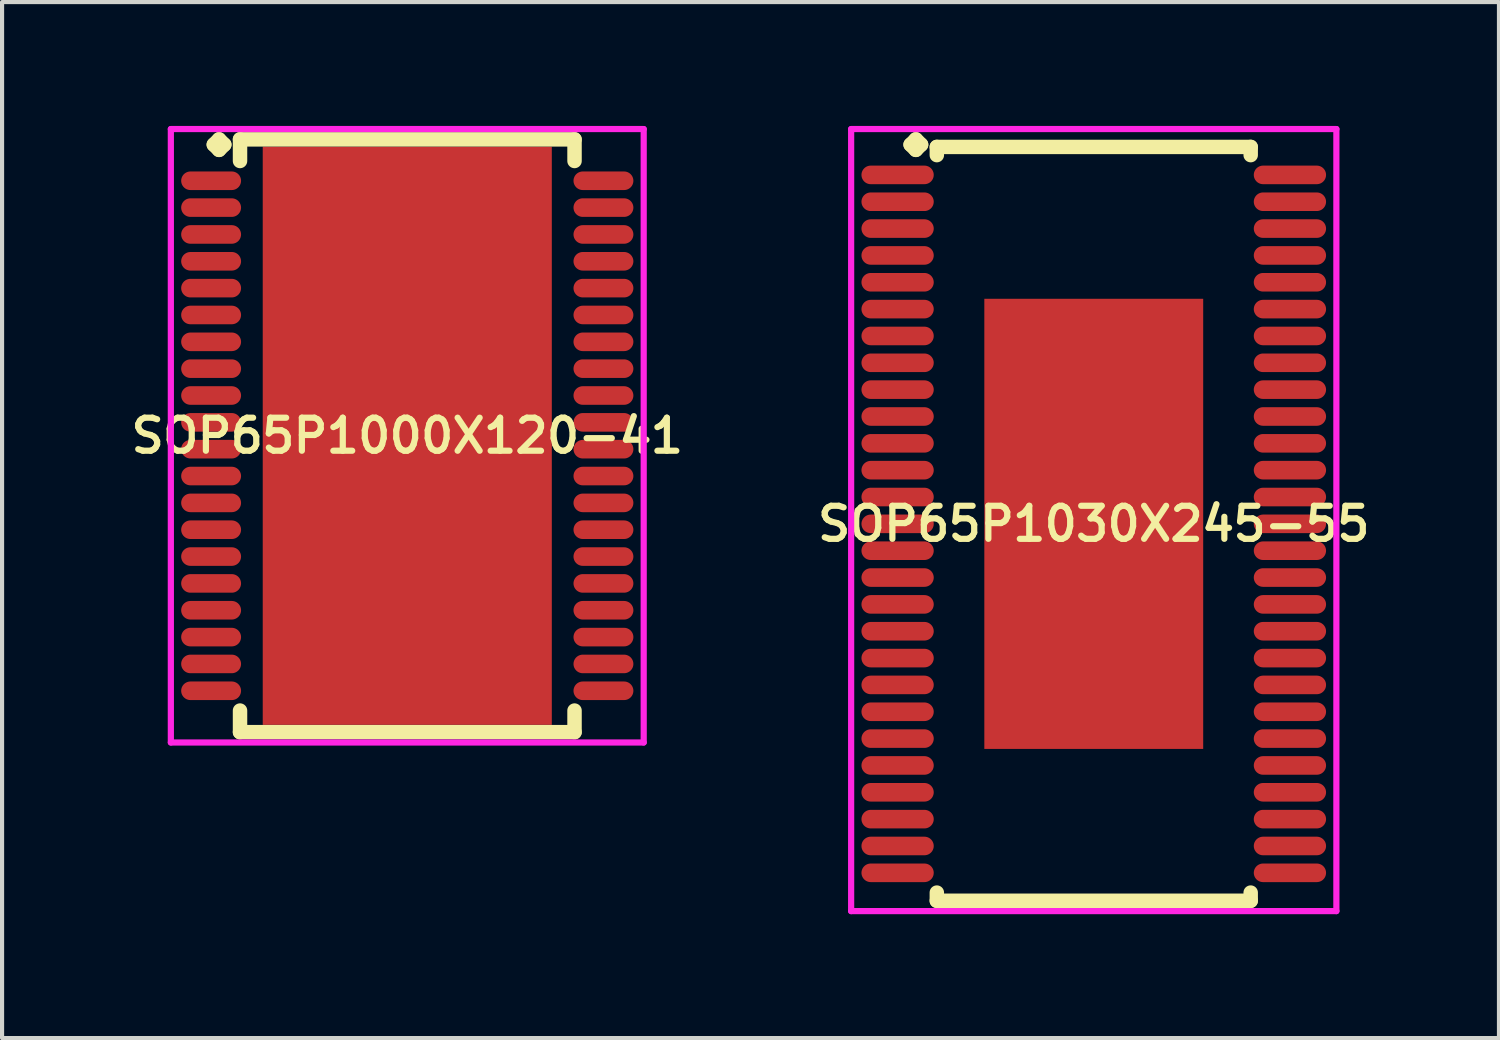
<source format=kicad_pcb>
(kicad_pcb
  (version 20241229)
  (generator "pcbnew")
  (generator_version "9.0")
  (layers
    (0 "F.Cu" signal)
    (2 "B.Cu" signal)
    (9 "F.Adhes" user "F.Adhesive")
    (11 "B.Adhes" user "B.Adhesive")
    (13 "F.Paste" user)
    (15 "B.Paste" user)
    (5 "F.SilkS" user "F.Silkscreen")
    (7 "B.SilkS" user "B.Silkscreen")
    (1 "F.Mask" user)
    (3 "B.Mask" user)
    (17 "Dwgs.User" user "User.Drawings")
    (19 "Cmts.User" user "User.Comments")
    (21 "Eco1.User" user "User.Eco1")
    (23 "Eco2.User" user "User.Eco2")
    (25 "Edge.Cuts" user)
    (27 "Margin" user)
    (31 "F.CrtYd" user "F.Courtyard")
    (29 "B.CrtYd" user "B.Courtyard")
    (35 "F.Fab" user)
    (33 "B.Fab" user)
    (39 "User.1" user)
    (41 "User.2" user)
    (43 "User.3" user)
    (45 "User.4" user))
  (footprint "SOP65P1000X120-41"
    (layer "F.Cu")
    (at 6.812 7.502)
    (property "Reference" "SOP65P1000X120-41" (at 0 0 0) (layer "F.SilkS") (effects (font (size 0.8 0.8) (thickness 0.15))))
    (attr smd)
    (fp_line (start -4.685 -7.05) (end -4.558 -7.177) (stroke (width 0.35) (type solid)) (layer "F.SilkS"))
    (fp_line (start -4.558 -7.177) (end -4.431 -7.05) (stroke (width 0.35) (type solid)) (layer "F.SilkS"))
    (fp_line (start -4.558 -6.923) (end -4.685 -7.05) (stroke (width 0.35) (type solid)) (layer "F.SilkS"))
    (fp_line (start -4.431 -7.05) (end -4.558 -6.923) (stroke (width 0.35) (type solid)) (layer "F.SilkS"))
    (fp_line (start -4.05 -7.177) (end 4.05 -7.177) (stroke (width 0.35) (type solid)) (layer "F.SilkS"))
    (fp_line (start -4.05 -6.654) (end -4.05 -7.177) (stroke (width 0.35) (type solid)) (layer "F.SilkS"))
    (fp_line (start -4.05 6.654) (end -4.05 7.177) (stroke (width 0.35) (type solid)) (layer "F.SilkS"))
    (fp_line (start -4.05 7.177) (end 4.05 7.177) (stroke (width 0.35) (type solid)) (layer "F.SilkS"))
    (fp_line (start 4.05 -7.177) (end 4.05 -6.654) (stroke (width 0.35) (type solid)) (layer "F.SilkS"))
    (fp_line (start 4.05 7.177) (end 4.05 6.654) (stroke (width 0.35) (type solid)) (layer "F.SilkS"))
    (fp_line (start -5.725 -7.427) (end 5.725 -7.427) (stroke (width 0.15) (type solid)) (layer "F.CrtYd"))
    (fp_line (start -5.725 7.427) (end -5.725 -7.427) (stroke (width 0.15) (type solid)) (layer "F.CrtYd"))
    (fp_line (start 5.725 -7.427) (end 5.725 7.427) (stroke (width 0.15) (type solid)) (layer "F.CrtYd"))
    (fp_line (start 5.725 7.427) (end -5.725 7.427) (stroke (width 0.15) (type solid)) (layer "F.CrtYd"))
    (pad "1" smd oval (at -4.75 -6.175) (size 1.45 0.45) (layers "F.Cu" "F.Mask" "F.Paste"))
    (pad "2" smd oval (at -4.75 -5.525) (size 1.45 0.45) (layers "F.Cu" "F.Mask" "F.Paste"))
    (pad "3" smd oval (at -4.75 -4.875) (size 1.45 0.45) (layers "F.Cu" "F.Mask" "F.Paste"))
    (pad "4" smd oval (at -4.75 -4.225) (size 1.45 0.45) (layers "F.Cu" "F.Mask" "F.Paste"))
    (pad "5" smd oval (at -4.75 -3.575) (size 1.45 0.45) (layers "F.Cu" "F.Mask" "F.Paste"))
    (pad "6" smd oval (at -4.75 -2.925) (size 1.45 0.45) (layers "F.Cu" "F.Mask" "F.Paste"))
    (pad "7" smd oval (at -4.75 -2.275) (size 1.45 0.45) (layers "F.Cu" "F.Mask" "F.Paste"))
    (pad "8" smd oval (at -4.75 -1.625) (size 1.45 0.45) (layers "F.Cu" "F.Mask" "F.Paste"))
    (pad "9" smd oval (at -4.75 -0.975) (size 1.45 0.45) (layers "F.Cu" "F.Mask" "F.Paste"))
    (pad "10" smd oval (at -4.75 -0.325) (size 1.45 0.45) (layers "F.Cu" "F.Mask" "F.Paste"))
    (pad "11" smd oval (at -4.75 0.325) (size 1.45 0.45) (layers "F.Cu" "F.Mask" "F.Paste"))
    (pad "12" smd oval (at -4.75 0.975) (size 1.45 0.45) (layers "F.Cu" "F.Mask" "F.Paste"))
    (pad "13" smd oval (at -4.75 1.625) (size 1.45 0.45) (layers "F.Cu" "F.Mask" "F.Paste"))
    (pad "14" smd oval (at -4.75 2.275) (size 1.45 0.45) (layers "F.Cu" "F.Mask" "F.Paste"))
    (pad "15" smd oval (at -4.75 2.925) (size 1.45 0.45) (layers "F.Cu" "F.Mask" "F.Paste"))
    (pad "16" smd oval (at -4.75 3.575) (size 1.45 0.45) (layers "F.Cu" "F.Mask" "F.Paste"))
    (pad "17" smd oval (at -4.75 4.225) (size 1.45 0.45) (layers "F.Cu" "F.Mask" "F.Paste"))
    (pad "18" smd oval (at -4.75 4.875) (size 1.45 0.45) (layers "F.Cu" "F.Mask" "F.Paste"))
    (pad "19" smd oval (at -4.75 5.525) (size 1.45 0.45) (layers "F.Cu" "F.Mask" "F.Paste"))
    (pad "20" smd oval (at -4.75 6.175) (size 1.45 0.45) (layers "F.Cu" "F.Mask" "F.Paste"))
    (pad "21" smd oval (at 4.75 6.175) (size 1.45 0.45) (layers "F.Cu" "F.Mask" "F.Paste"))
    (pad "22" smd oval (at 4.75 5.525) (size 1.45 0.45) (layers "F.Cu" "F.Mask" "F.Paste"))
    (pad "23" smd oval (at 4.75 4.875) (size 1.45 0.45) (layers "F.Cu" "F.Mask" "F.Paste"))
    (pad "24" smd oval (at 4.75 4.225) (size 1.45 0.45) (layers "F.Cu" "F.Mask" "F.Paste"))
    (pad "25" smd oval (at 4.75 3.575) (size 1.45 0.45) (layers "F.Cu" "F.Mask" "F.Paste"))
    (pad "26" smd oval (at 4.75 2.925) (size 1.45 0.45) (layers "F.Cu" "F.Mask" "F.Paste"))
    (pad "27" smd oval (at 4.75 2.275) (size 1.45 0.45) (layers "F.Cu" "F.Mask" "F.Paste"))
    (pad "28" smd oval (at 4.75 1.625) (size 1.45 0.45) (layers "F.Cu" "F.Mask" "F.Paste"))
    (pad "29" smd oval (at 4.75 0.975) (size 1.45 0.45) (layers "F.Cu" "F.Mask" "F.Paste"))
    (pad "30" smd oval (at 4.75 0.325) (size 1.45 0.45) (layers "F.Cu" "F.Mask" "F.Paste"))
    (pad "31" smd oval (at 4.75 -0.325) (size 1.45 0.45) (layers "F.Cu" "F.Mask" "F.Paste"))
    (pad "32" smd oval (at 4.75 -0.975) (size 1.45 0.45) (layers "F.Cu" "F.Mask" "F.Paste"))
    (pad "33" smd oval (at 4.75 -1.625) (size 1.45 0.45) (layers "F.Cu" "F.Mask" "F.Paste"))
    (pad "34" smd oval (at 4.75 -2.275) (size 1.45 0.45) (layers "F.Cu" "F.Mask" "F.Paste"))
    (pad "35" smd oval (at 4.75 -2.925) (size 1.45 0.45) (layers "F.Cu" "F.Mask" "F.Paste"))
    (pad "36" smd oval (at 4.75 -3.575) (size 1.45 0.45) (layers "F.Cu" "F.Mask" "F.Paste"))
    (pad "37" smd oval (at 4.75 -4.225) (size 1.45 0.45) (layers "F.Cu" "F.Mask" "F.Paste"))
    (pad "38" smd oval (at 4.75 -4.875) (size 1.45 0.45) (layers "F.Cu" "F.Mask" "F.Paste"))
    (pad "39" smd oval (at 4.75 -5.525) (size 1.45 0.45) (layers "F.Cu" "F.Mask" "F.Paste"))
    (pad "40" smd oval (at 4.75 -6.175) (size 1.45 0.45) (layers "F.Cu" "F.Mask" "F.Paste"))
    (pad "41" smd rect (at 0 0) (size 7 14) (layers "F.Cu" "F.Mask" "F.Paste")))
  (footprint "SOP65P1030X245-55"
    (layer "F.Cu")
    (at 23.435 9.635)
    (property "Reference" "SOP65P1030X245-55" (at 0 0 0) (layer "F.SilkS") (effects (font (size 0.8 0.8) (thickness 0.15))))
    (attr smd)
    (fp_line (start -4.435 -9.183) (end -4.308 -9.31) (stroke (width 0.35) (type solid)) (layer "F.SilkS"))
    (fp_line (start -4.308 -9.31) (end -4.181 -9.183) (stroke (width 0.35) (type solid)) (layer "F.SilkS"))
    (fp_line (start -4.308 -9.056) (end -4.435 -9.183) (stroke (width 0.35) (type solid)) (layer "F.SilkS"))
    (fp_line (start -4.181 -9.183) (end -4.308 -9.056) (stroke (width 0.35) (type solid)) (layer "F.SilkS"))
    (fp_line (start -3.8 -9.127) (end 3.8 -9.127) (stroke (width 0.35) (type solid)) (layer "F.SilkS"))
    (fp_line (start -3.8 -8.929) (end -3.8 -9.127) (stroke (width 0.35) (type solid)) (layer "F.SilkS"))
    (fp_line (start -3.8 8.929) (end -3.8 9.127) (stroke (width 0.35) (type solid)) (layer "F.SilkS"))
    (fp_line (start -3.8 9.127) (end 3.8 9.127) (stroke (width 0.35) (type solid)) (layer "F.SilkS"))
    (fp_line (start 3.8 -9.127) (end 3.8 -8.929) (stroke (width 0.35) (type solid)) (layer "F.SilkS"))
    (fp_line (start 3.8 9.127) (end 3.8 8.929) (stroke (width 0.35) (type solid)) (layer "F.SilkS"))
    (fp_line (start -5.875 -9.56) (end 5.875 -9.56) (stroke (width 0.15) (type solid)) (layer "F.CrtYd"))
    (fp_line (start -5.875 9.377) (end -5.875 -9.56) (stroke (width 0.15) (type solid)) (layer "F.CrtYd"))
    (fp_line (start 5.875 -9.56) (end 5.875 9.377) (stroke (width 0.15) (type solid)) (layer "F.CrtYd"))
    (fp_line (start 5.875 9.377) (end -5.875 9.377) (stroke (width 0.15) (type solid)) (layer "F.CrtYd"))
    (pad "1" smd oval (at -4.75 -8.45) (size 1.75 0.45) (layers "F.Cu" "F.Mask" "F.Paste"))
    (pad "2" smd oval (at -4.75 -7.8) (size 1.75 0.45) (layers "F.Cu" "F.Mask" "F.Paste"))
    (pad "3" smd oval (at -4.75 -7.15) (size 1.75 0.45) (layers "F.Cu" "F.Mask" "F.Paste"))
    (pad "4" smd oval (at -4.75 -6.5) (size 1.75 0.45) (layers "F.Cu" "F.Mask" "F.Paste"))
    (pad "5" smd oval (at -4.75 -5.85) (size 1.75 0.45) (layers "F.Cu" "F.Mask" "F.Paste"))
    (pad "6" smd oval (at -4.75 -5.2) (size 1.75 0.45) (layers "F.Cu" "F.Mask" "F.Paste"))
    (pad "7" smd oval (at -4.75 -4.55) (size 1.75 0.45) (layers "F.Cu" "F.Mask" "F.Paste"))
    (pad "8" smd oval (at -4.75 -3.9) (size 1.75 0.45) (layers "F.Cu" "F.Mask" "F.Paste"))
    (pad "9" smd oval (at -4.75 -3.25) (size 1.75 0.45) (layers "F.Cu" "F.Mask" "F.Paste"))
    (pad "10" smd oval (at -4.75 -2.6) (size 1.75 0.45) (layers "F.Cu" "F.Mask" "F.Paste"))
    (pad "11" smd oval (at -4.75 -1.95) (size 1.75 0.45) (layers "F.Cu" "F.Mask" "F.Paste"))
    (pad "12" smd oval (at -4.75 -1.3) (size 1.75 0.45) (layers "F.Cu" "F.Mask" "F.Paste"))
    (pad "13" smd oval (at -4.75 -0.65) (size 1.75 0.45) (layers "F.Cu" "F.Mask" "F.Paste"))
    (pad "14" smd oval (at -4.75 0) (size 1.75 0.45) (layers "F.Cu" "F.Mask" "F.Paste"))
    (pad "15" smd oval (at -4.75 0.65) (size 1.75 0.45) (layers "F.Cu" "F.Mask" "F.Paste"))
    (pad "16" smd oval (at -4.75 1.3) (size 1.75 0.45) (layers "F.Cu" "F.Mask" "F.Paste"))
    (pad "17" smd oval (at -4.75 1.95) (size 1.75 0.45) (layers "F.Cu" "F.Mask" "F.Paste"))
    (pad "18" smd oval (at -4.75 2.6) (size 1.75 0.45) (layers "F.Cu" "F.Mask" "F.Paste"))
    (pad "19" smd oval (at -4.75 3.25) (size 1.75 0.45) (layers "F.Cu" "F.Mask" "F.Paste"))
    (pad "20" smd oval (at -4.75 3.9) (size 1.75 0.45) (layers "F.Cu" "F.Mask" "F.Paste"))
    (pad "21" smd oval (at -4.75 4.55) (size 1.75 0.45) (layers "F.Cu" "F.Mask" "F.Paste"))
    (pad "22" smd oval (at -4.75 5.2) (size 1.75 0.45) (layers "F.Cu" "F.Mask" "F.Paste"))
    (pad "23" smd oval (at -4.75 5.85) (size 1.75 0.45) (layers "F.Cu" "F.Mask" "F.Paste"))
    (pad "24" smd oval (at -4.75 6.5) (size 1.75 0.45) (layers "F.Cu" "F.Mask" "F.Paste"))
    (pad "25" smd oval (at -4.75 7.15) (size 1.75 0.45) (layers "F.Cu" "F.Mask" "F.Paste"))
    (pad "26" smd oval (at -4.75 7.8) (size 1.75 0.45) (layers "F.Cu" "F.Mask" "F.Paste"))
    (pad "27" smd oval (at -4.75 8.45) (size 1.75 0.45) (layers "F.Cu" "F.Mask" "F.Paste"))
    (pad "28" smd oval (at 4.75 8.45) (size 1.75 0.45) (layers "F.Cu" "F.Mask" "F.Paste"))
    (pad "29" smd oval (at 4.75 7.8) (size 1.75 0.45) (layers "F.Cu" "F.Mask" "F.Paste"))
    (pad "30" smd oval (at 4.75 7.15) (size 1.75 0.45) (layers "F.Cu" "F.Mask" "F.Paste"))
    (pad "31" smd oval (at 4.75 6.5) (size 1.75 0.45) (layers "F.Cu" "F.Mask" "F.Paste"))
    (pad "32" smd oval (at 4.75 5.85) (size 1.75 0.45) (layers "F.Cu" "F.Mask" "F.Paste"))
    (pad "33" smd oval (at 4.75 5.2) (size 1.75 0.45) (layers "F.Cu" "F.Mask" "F.Paste"))
    (pad "34" smd oval (at 4.75 4.55) (size 1.75 0.45) (layers "F.Cu" "F.Mask" "F.Paste"))
    (pad "35" smd oval (at 4.75 3.9) (size 1.75 0.45) (layers "F.Cu" "F.Mask" "F.Paste"))
    (pad "36" smd oval (at 4.75 3.25) (size 1.75 0.45) (layers "F.Cu" "F.Mask" "F.Paste"))
    (pad "37" smd oval (at 4.75 2.6) (size 1.75 0.45) (layers "F.Cu" "F.Mask" "F.Paste"))
    (pad "38" smd oval (at 4.75 1.95) (size 1.75 0.45) (layers "F.Cu" "F.Mask" "F.Paste"))
    (pad "39" smd oval (at 4.75 1.3) (size 1.75 0.45) (layers "F.Cu" "F.Mask" "F.Paste"))
    (pad "40" smd oval (at 4.75 0.65) (size 1.75 0.45) (layers "F.Cu" "F.Mask" "F.Paste"))
    (pad "41" smd oval (at 4.75 0) (size 1.75 0.45) (layers "F.Cu" "F.Mask" "F.Paste"))
    (pad "42" smd oval (at 4.75 -0.65) (size 1.75 0.45) (layers "F.Cu" "F.Mask" "F.Paste"))
    (pad "43" smd oval (at 4.75 -1.3) (size 1.75 0.45) (layers "F.Cu" "F.Mask" "F.Paste"))
    (pad "44" smd oval (at 4.75 -1.95) (size 1.75 0.45) (layers "F.Cu" "F.Mask" "F.Paste"))
    (pad "45" smd oval (at 4.75 -2.6) (size 1.75 0.45) (layers "F.Cu" "F.Mask" "F.Paste"))
    (pad "46" smd oval (at 4.75 -3.25) (size 1.75 0.45) (layers "F.Cu" "F.Mask" "F.Paste"))
    (pad "47" smd oval (at 4.75 -3.9) (size 1.75 0.45) (layers "F.Cu" "F.Mask" "F.Paste"))
    (pad "48" smd oval (at 4.75 -4.55) (size 1.75 0.45) (layers "F.Cu" "F.Mask" "F.Paste"))
    (pad "49" smd oval (at 4.75 -5.2) (size 1.75 0.45) (layers "F.Cu" "F.Mask" "F.Paste"))
    (pad "50" smd oval (at 4.75 -5.85) (size 1.75 0.45) (layers "F.Cu" "F.Mask" "F.Paste"))
    (pad "51" smd oval (at 4.75 -6.5) (size 1.75 0.45) (layers "F.Cu" "F.Mask" "F.Paste"))
    (pad "52" smd oval (at 4.75 -7.15) (size 1.75 0.45) (layers "F.Cu" "F.Mask" "F.Paste"))
    (pad "53" smd oval (at 4.75 -7.8) (size 1.75 0.45) (layers "F.Cu" "F.Mask" "F.Paste"))
    (pad "54" smd oval (at 4.75 -8.45) (size 1.75 0.45) (layers "F.Cu" "F.Mask" "F.Paste"))
    (pad "55" smd rect (at 0 0) (size 5.3 10.9) (layers "F.Cu" "F.Mask" "F.Paste")))
  (gr_rect
    (start -3 -3)
    (end 33.247 22.087)
    (stroke (width 0.1) (type default))
    (fill no)
    (layer "Edge.Cuts")))
</source>
